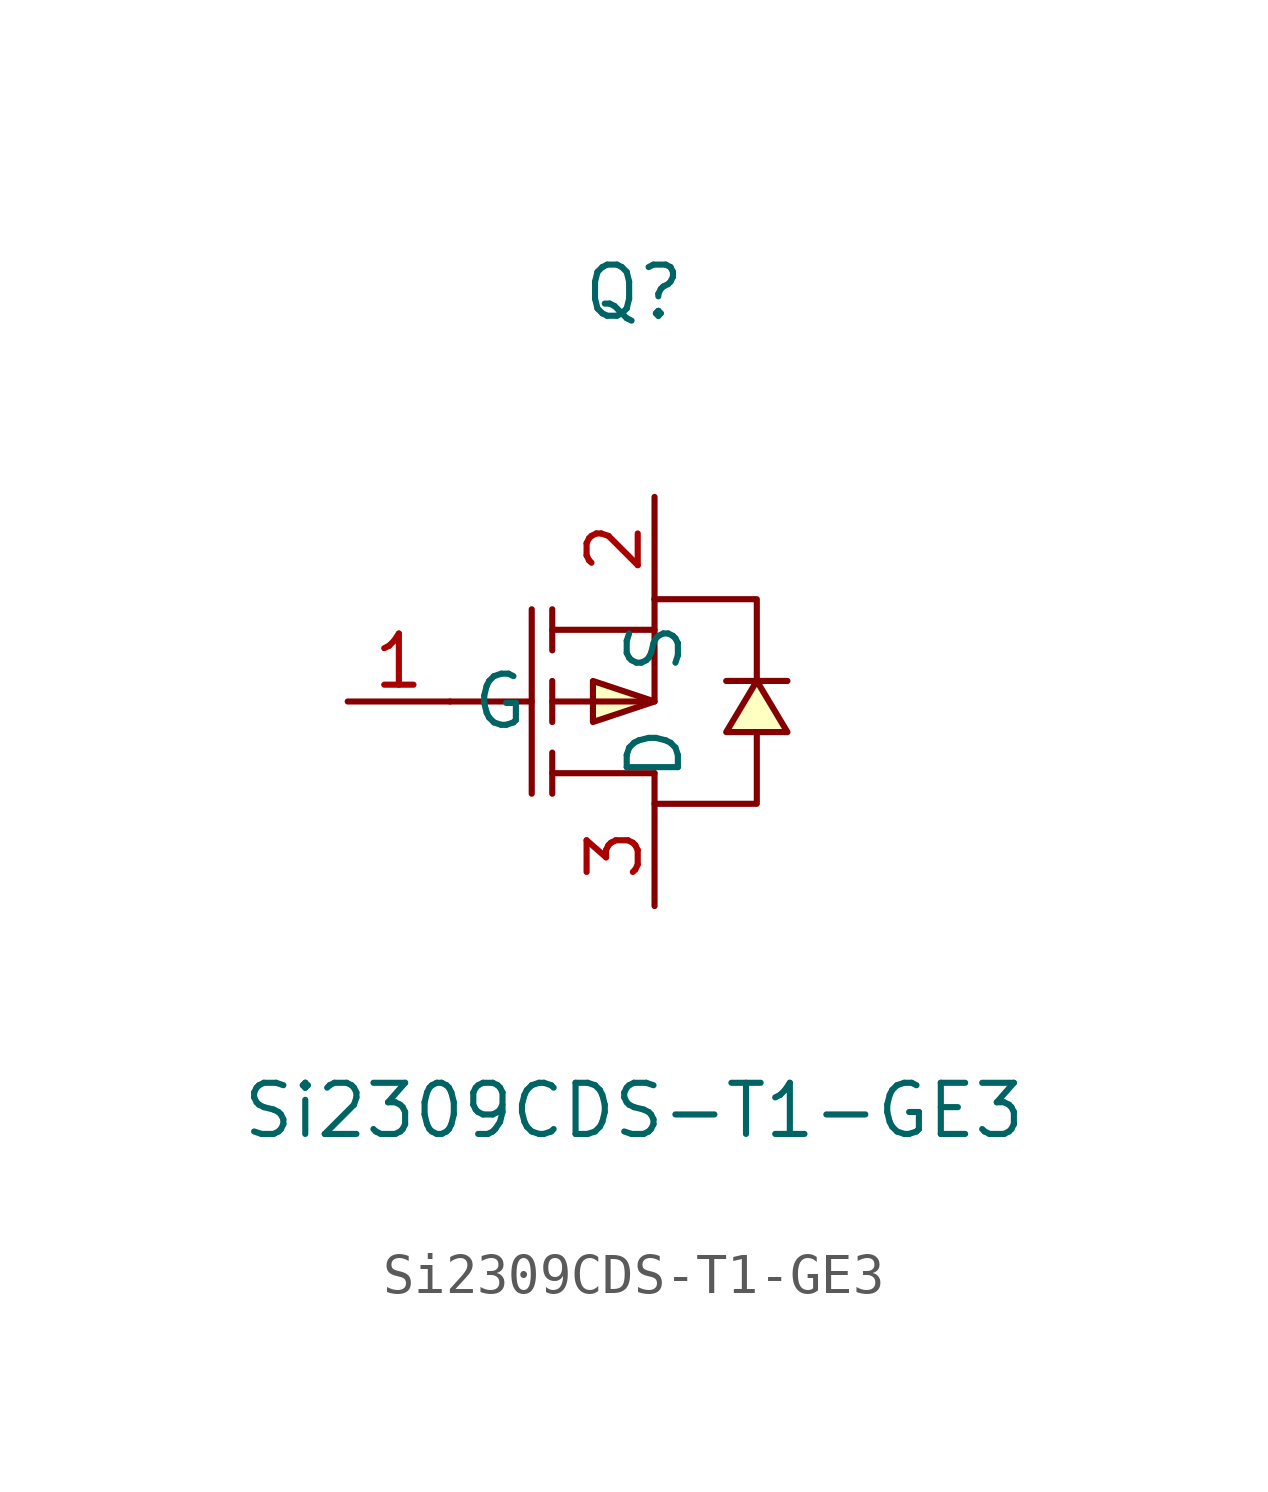
<source format=kicad_sym>
(kicad_symbol_lib
  (version 20211014)
  (generator https://github.com/uPesy/easyeda2kicad.py)
  (symbol "Si2309CDS-T1-GE3"
    (property "Reference" "Q"
      (at 0 10.16 0)
      (effects (font (size 1.27 1.27))))
    (property "Value" "Si2309CDS-T1-GE3"
      (at 0 -10.16 0)
      (effects (font (size 1.27 1.27))))
    (symbol "Si2309CDS-T1-GE3_0_1"
      (polyline (pts (xy 0.51 2.54) (xy 3.05 2.54) (xy 3.05 0.51)) (stroke (width 0) (type default) (color 0 0 0 0)) (fill (type none)))
      (polyline (pts (xy 0.51 -1.78) (xy 0.51 -2.54) (xy 3.05 -2.54) (xy 3.05 -0.76)) (stroke (width 0) (type default) (color 0 0 0 0)) (fill (type none)))
      (polyline (pts (xy 0.51 -1.78) (xy -2.03 -1.78)) (stroke (width 0) (type default) (color 0 0 0 0)) (fill (type none)))
      (polyline (pts (xy -2.03 -0.00) (xy 0.51 -0.00) (xy 0.51 2.54)) (stroke (width 0) (type default) (color 0 0 0 0)) (fill (type none)))
      (polyline (pts (xy 0.51 1.78) (xy -2.03 1.78)) (stroke (width 0) (type default) (color 0 0 0 0)) (fill (type none)))
      (polyline (pts (xy -2.54 -2.29) (xy -2.54 2.29)) (stroke (width 0) (type default) (color 0 0 0 0)) (fill (type none)))
      (polyline (pts (xy -2.03 -1.27) (xy -2.03 -2.29)) (stroke (width 0) (type default) (color 0 0 0 0)) (fill (type none)))
      (polyline (pts (xy -2.03 0.51) (xy -2.03 -0.51)) (stroke (width 0) (type default) (color 0 0 0 0)) (fill (type none)))
      (polyline (pts (xy -2.03 2.29) (xy -2.03 1.27)) (stroke (width 0) (type default) (color 0 0 0 0)) (fill (type none)))
      (polyline (pts (xy -4.57 -0.00) (xy -2.54 -0.00)) (stroke (width 0) (type default) (color 0 0 0 0)) (fill (type none)))
      (polyline (pts (xy 3.81 0.51) (xy 3.56 0.51) (xy 2.54 0.51) (xy 2.29 0.51)) (stroke (width 0) (type default) (color 0 0 0 0)) (fill (type none)))
      (polyline (pts (xy 0.51 -0.00) (xy -1.02 -0.51) (xy -1.02 0.51) (xy 0.51 -0.00)) (stroke (width 0) (type default) (color 0 0 0 0)) (fill (type background)))
      (polyline (pts (xy 3.05 0.51) (xy 3.81 -0.76) (xy 2.29 -0.76) (xy 3.05 0.51)) (stroke (width 0) (type default) (color 0 0 0 0)) (fill (type background)))
      (pin unspecified line (at 0.51 -5.08 90) (length 2.54) (name "D" (effects (font (size 1.27 1.27)))) (number "3" (effects (font (size 1.27 1.27)))))
      (pin unspecified line (at -7.11 -0.00 0) (length 2.54) (name "G" (effects (font (size 1.27 1.27)))) (number "1" (effects (font (size 1.27 1.27)))))
      (pin unspecified line (at 0.51 5.08 270) (length 2.54) (name "S" (effects (font (size 1.27 1.27)))) (number "2" (effects (font (size 1.27 1.27))))))))
</source>
